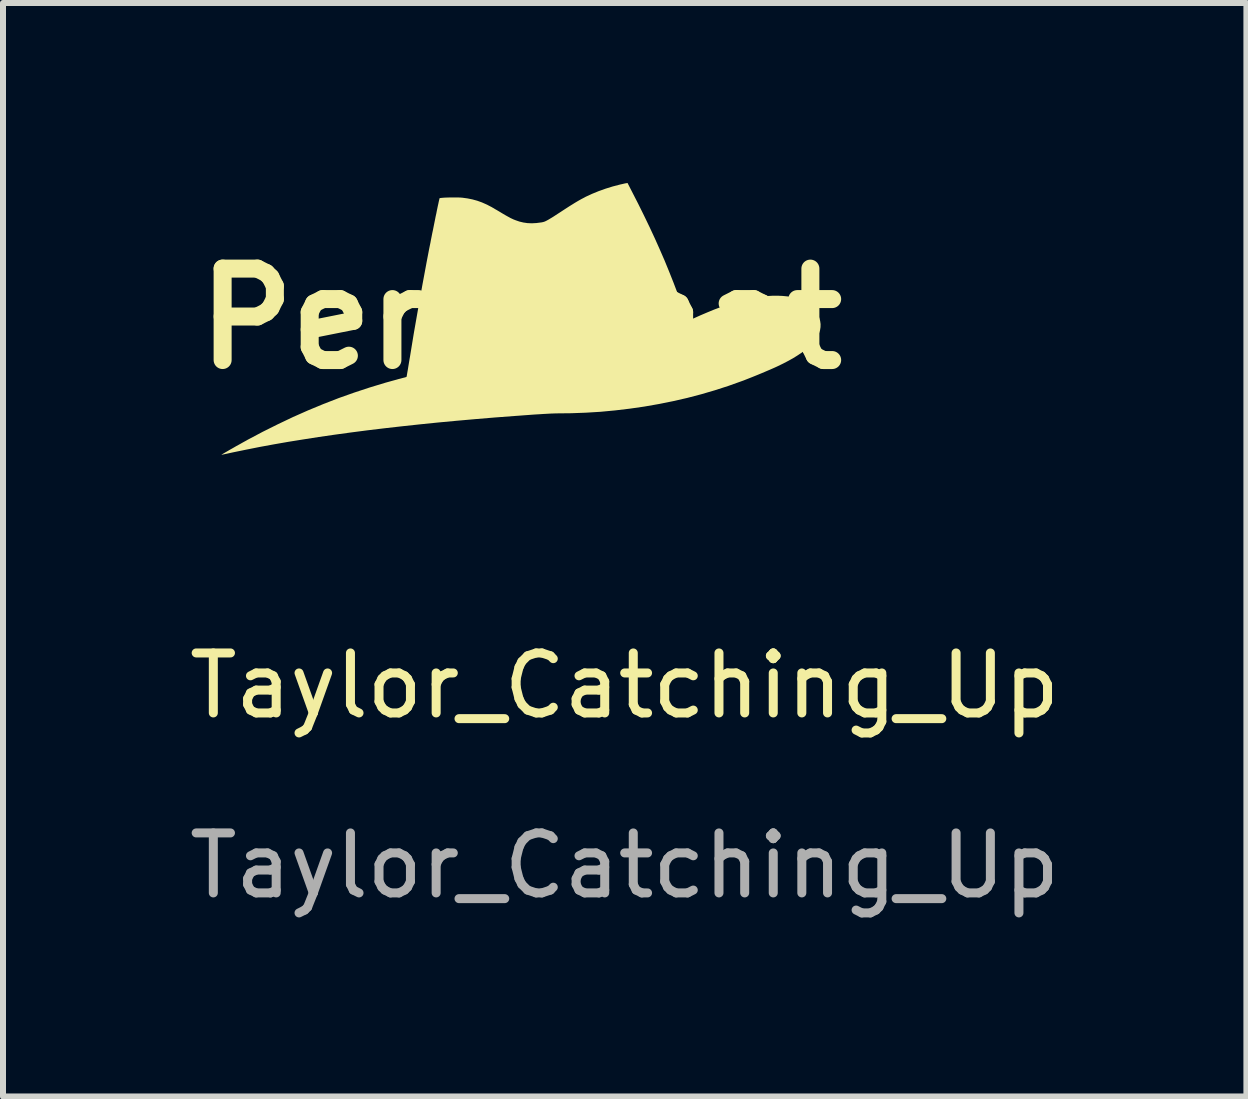
<source format=kicad_pcb>
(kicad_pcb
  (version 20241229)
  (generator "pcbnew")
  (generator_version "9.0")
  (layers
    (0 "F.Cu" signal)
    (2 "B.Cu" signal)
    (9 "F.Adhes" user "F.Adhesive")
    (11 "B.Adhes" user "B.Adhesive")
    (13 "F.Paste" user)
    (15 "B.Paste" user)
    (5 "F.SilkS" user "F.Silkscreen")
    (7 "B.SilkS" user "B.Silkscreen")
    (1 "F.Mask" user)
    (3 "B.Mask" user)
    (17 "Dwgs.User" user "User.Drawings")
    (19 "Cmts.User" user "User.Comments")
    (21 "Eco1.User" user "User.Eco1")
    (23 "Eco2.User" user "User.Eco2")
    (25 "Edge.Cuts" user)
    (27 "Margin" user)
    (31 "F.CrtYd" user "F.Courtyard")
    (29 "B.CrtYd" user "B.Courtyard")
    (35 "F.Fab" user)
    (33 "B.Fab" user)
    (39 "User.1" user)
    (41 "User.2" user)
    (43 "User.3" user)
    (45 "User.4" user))
  (footprint "Perry_hat"
    (layer "F.Cu")
    (at 5.632 2.262)
    (property "Reference" "Perry_hat" (at 0 0 0) (layer "F.SilkS") (effects (font (size 1.524 1.524) (thickness 0.3))))
    (attr board_only exclude_from_pos_files exclude_from_bom)
    (fp_poly (pts (xy 1.852 -2.118) (xy 1.955 -1.917) (xy 2.052 -1.721) (xy 2.145 -1.528) (xy 2.233 -1.339) (xy 2.316 -1.153) (xy 2.396 -0.969) (xy 2.471 -0.786) (xy 2.543 -0.605) (xy 2.612 -0.424) (xy 2.677 -0.242) (xy 2.696 -0.188) (xy 2.707 -0.156) (xy 2.718 -0.124) (xy 2.729 -0.093) (xy 2.738 -0.065) (xy 2.746 -0.041) (xy 2.753 -0.021) (xy 2.755 -0.013) (xy 2.761 0.005) (xy 2.766 0.021) (xy 2.77 0.033) (xy 2.773 0.039) (xy 2.773 0.039) (xy 2.778 0.039) (xy 2.788 0.035) (xy 2.803 0.029) (xy 2.822 0.021) (xy 2.845 0.011) (xy 2.871 -0.001) (xy 2.882 -0.006) (xy 2.998 -0.058) (xy 3.111 -0.106) (xy 3.22 -0.151) (xy 3.326 -0.191) (xy 3.428 -0.228) (xy 3.526 -0.261) (xy 3.619 -0.289) (xy 3.707 -0.313) (xy 3.789 -0.332) (xy 3.798 -0.334) (xy 3.899 -0.353) (xy 3.998 -0.367) (xy 4.095 -0.377) (xy 4.189 -0.382) (xy 4.279 -0.383) (xy 4.366 -0.379) (xy 4.448 -0.371) (xy 4.525 -0.358) (xy 4.597 -0.341) (xy 4.627 -0.332) (xy 4.691 -0.307) (xy 4.749 -0.279) (xy 4.801 -0.245) (xy 4.848 -0.206) (xy 4.889 -0.163) (xy 4.925 -0.114) (xy 4.953 -0.065) (xy 4.975 -0.013) (xy 4.989 0.038) (xy 4.996 0.09) (xy 4.995 0.141) (xy 4.987 0.192) (xy 4.971 0.242) (xy 4.948 0.292) (xy 4.946 0.295) (xy 4.917 0.341) (xy 4.882 0.387) (xy 4.841 0.432) (xy 4.794 0.477) (xy 4.742 0.521) (xy 4.682 0.566) (xy 4.616 0.61) (xy 4.544 0.655) (xy 4.464 0.7) (xy 4.378 0.745) (xy 4.284 0.791) (xy 4.232 0.815) (xy 4.198 0.83) (xy 4.157 0.848) (xy 4.112 0.867) (xy 4.063 0.888) (xy 4.011 0.91) (xy 3.958 0.932) (xy 3.904 0.954) (xy 3.852 0.975) (xy 3.801 0.995) (xy 3.753 1.014) (xy 3.71 1.031) (xy 3.682 1.041) (xy 3.461 1.12) (xy 3.235 1.193) (xy 3.006 1.26) (xy 2.773 1.321) (xy 2.537 1.375) (xy 2.298 1.423) (xy 2.058 1.465) (xy 1.815 1.5) (xy 1.572 1.529) (xy 1.328 1.552) (xy 1.083 1.567) (xy 0.839 1.576) (xy 0.646 1.578) (xy 0.622 1.578) (xy 0.598 1.579) (xy 0.574 1.579) (xy 0.548 1.58) (xy 0.52 1.581) (xy 0.49 1.582) (xy 0.457 1.584) (xy 0.421 1.586) (xy 0.382 1.588) (xy 0.338 1.591) (xy 0.29 1.594) (xy 0.238 1.597) (xy 0.18 1.601) (xy 0.116 1.606) (xy 0.045 1.611) (xy -0.032 1.617) (xy -0.104 1.622) (xy -0.434 1.647) (xy -0.757 1.674) (xy -1.074 1.702) (xy -1.384 1.731) (xy -1.688 1.762) (xy -1.985 1.794) (xy -2.275 1.827) (xy -2.558 1.861) (xy -2.835 1.897) (xy -3.105 1.934) (xy -3.367 1.972) (xy -3.623 2.012) (xy -3.872 2.052) (xy -4.113 2.094) (xy -4.347 2.137) (xy -4.573 2.182) (xy -4.793 2.227) (xy -4.829 2.235) (xy -4.862 2.242) (xy -4.893 2.249) (xy -4.921 2.255) (xy -4.946 2.26) (xy -4.965 2.264) (xy -4.979 2.267) (xy -4.987 2.269) (xy -4.988 2.269) (xy -4.988 2.267) (xy -4.987 2.265) (xy -4.982 2.262) (xy -4.97 2.255) (xy -4.954 2.245) (xy -4.933 2.233) (xy -4.907 2.218) (xy -4.878 2.201) (xy -4.847 2.183) (xy -4.813 2.164) (xy -4.778 2.144) (xy -4.742 2.123) (xy -4.705 2.103) (xy -4.669 2.083) (xy -4.634 2.063) (xy -4.601 2.045) (xy -4.57 2.028) (xy -4.555 2.019) (xy -4.302 1.885) (xy -4.049 1.759) (xy -3.797 1.639) (xy -3.544 1.527) (xy -3.29 1.422) (xy -3.035 1.323) (xy -2.778 1.232) (xy -2.52 1.147) (xy -2.26 1.068) (xy -2.134 1.033) (xy -2.101 1.024) (xy -2.068 1.015) (xy -2.037 1.006) (xy -2.008 0.999) (xy -1.983 0.992) (xy -1.964 0.987) (xy -1.952 0.984) (xy -1.932 0.979) (xy -1.919 0.975) (xy -1.91 0.971) (xy -1.905 0.968) (xy -1.904 0.966) (xy -1.903 0.961) (xy -1.901 0.949) (xy -1.898 0.931) (xy -1.894 0.907) (xy -1.889 0.878) (xy -1.883 0.844) (xy -1.877 0.806) (xy -1.87 0.764) (xy -1.863 0.72) (xy -1.855 0.673) (xy -1.849 0.639) (xy -1.784 0.242) (xy -1.714 -0.158) (xy -1.642 -0.559) (xy -1.568 -0.957) (xy -1.529 -1.16) (xy -1.519 -1.21) (xy -1.508 -1.263) (xy -1.498 -1.317) (xy -1.487 -1.372) (xy -1.476 -1.428) (xy -1.464 -1.484) (xy -1.453 -1.54) (xy -1.442 -1.595) (xy -1.431 -1.649) (xy -1.421 -1.701) (xy -1.41 -1.75) (xy -1.401 -1.797) (xy -1.392 -1.84) (xy -1.384 -1.879) (xy -1.376 -1.914) (xy -1.37 -1.944) (xy -1.364 -1.969) (xy -1.36 -1.988) (xy -1.357 -2.001) (xy -1.355 -2.007) (xy -1.355 -2.007) (xy -1.349 -2.01) (xy -1.336 -2.012) (xy -1.317 -2.014) (xy -1.293 -2.016) (xy -1.265 -2.018) (xy -1.234 -2.019) (xy -1.201 -2.02) (xy -1.166 -2.021) (xy -1.132 -2.021) (xy -1.097 -2.021) (xy -1.065 -2.021) (xy -1.034 -2.02) (xy -1.007 -2.019) (xy -0.984 -2.017) (xy -0.979 -2.017) (xy -0.891 -2.005) (xy -0.807 -1.988) (xy -0.727 -1.966) (xy -0.649 -1.938) (xy -0.572 -1.904) (xy -0.553 -1.895) (xy -0.537 -1.886) (xy -0.521 -1.878) (xy -0.506 -1.87) (xy -0.49 -1.862) (xy -0.473 -1.852) (xy -0.453 -1.841) (xy -0.431 -1.827) (xy -0.404 -1.812) (xy -0.372 -1.793) (xy -0.335 -1.771) (xy -0.334 -1.77) (xy -0.292 -1.745) (xy -0.256 -1.724) (xy -0.224 -1.706) (xy -0.196 -1.691) (xy -0.171 -1.677) (xy -0.147 -1.666) (xy -0.124 -1.655) (xy -0.101 -1.646) (xy -0.091 -1.642) (xy -0.025 -1.619) (xy 0.042 -1.603) (xy 0.111 -1.593) (xy 0.183 -1.59) (xy 0.258 -1.594) (xy 0.336 -1.604) (xy 0.345 -1.605) (xy 0.358 -1.608) (xy 0.37 -1.61) (xy 0.382 -1.614) (xy 0.395 -1.618) (xy 0.409 -1.624) (xy 0.425 -1.632) (xy 0.442 -1.641) (xy 0.462 -1.652) (xy 0.485 -1.666) (xy 0.512 -1.682) (xy 0.543 -1.701) (xy 0.578 -1.724) (xy 0.618 -1.75) (xy 0.663 -1.779) (xy 0.704 -1.806) (xy 0.761 -1.843) (xy 0.812 -1.876) (xy 0.859 -1.905) (xy 0.902 -1.932) (xy 0.941 -1.955) (xy 0.979 -1.977) (xy 1.015 -1.997) (xy 1.05 -2.015) (xy 1.083 -2.033) (xy 1.187 -2.081) (xy 1.297 -2.126) (xy 1.412 -2.167) (xy 1.531 -2.204) (xy 1.654 -2.236) (xy 1.681 -2.242) (xy 1.703 -2.247) (xy 1.724 -2.252) (xy 1.743 -2.256) (xy 1.756 -2.258) (xy 1.763 -2.259) (xy 1.778 -2.262)) (stroke (width 0) (type solid)) (fill yes) (layer "F.SilkS")))
  (footprint "Taylor_Catching_Up"
    (layer "F.Cu")
    (at 7.363 8.879)
    (property "Reference" "Taylor_Catching_Up" (at 0 -0.5 0) (unlocked yes) (layer "F.SilkS") (effects (font (size 1 1) (thickness 0.15))))
    (attr smd)
    (fp_text user "${REFERENCE}" (at 0 2.5 0) (unlocked yes) (layer "F.Fab") (effects (font (size 1 1) (thickness 0.15)))))
  (gr_rect
    (start -3 -3)
    (end 17.726 15.227)
    (stroke (width 0.1) (type default))
    (fill no)
    (layer "Edge.Cuts")))
</source>
